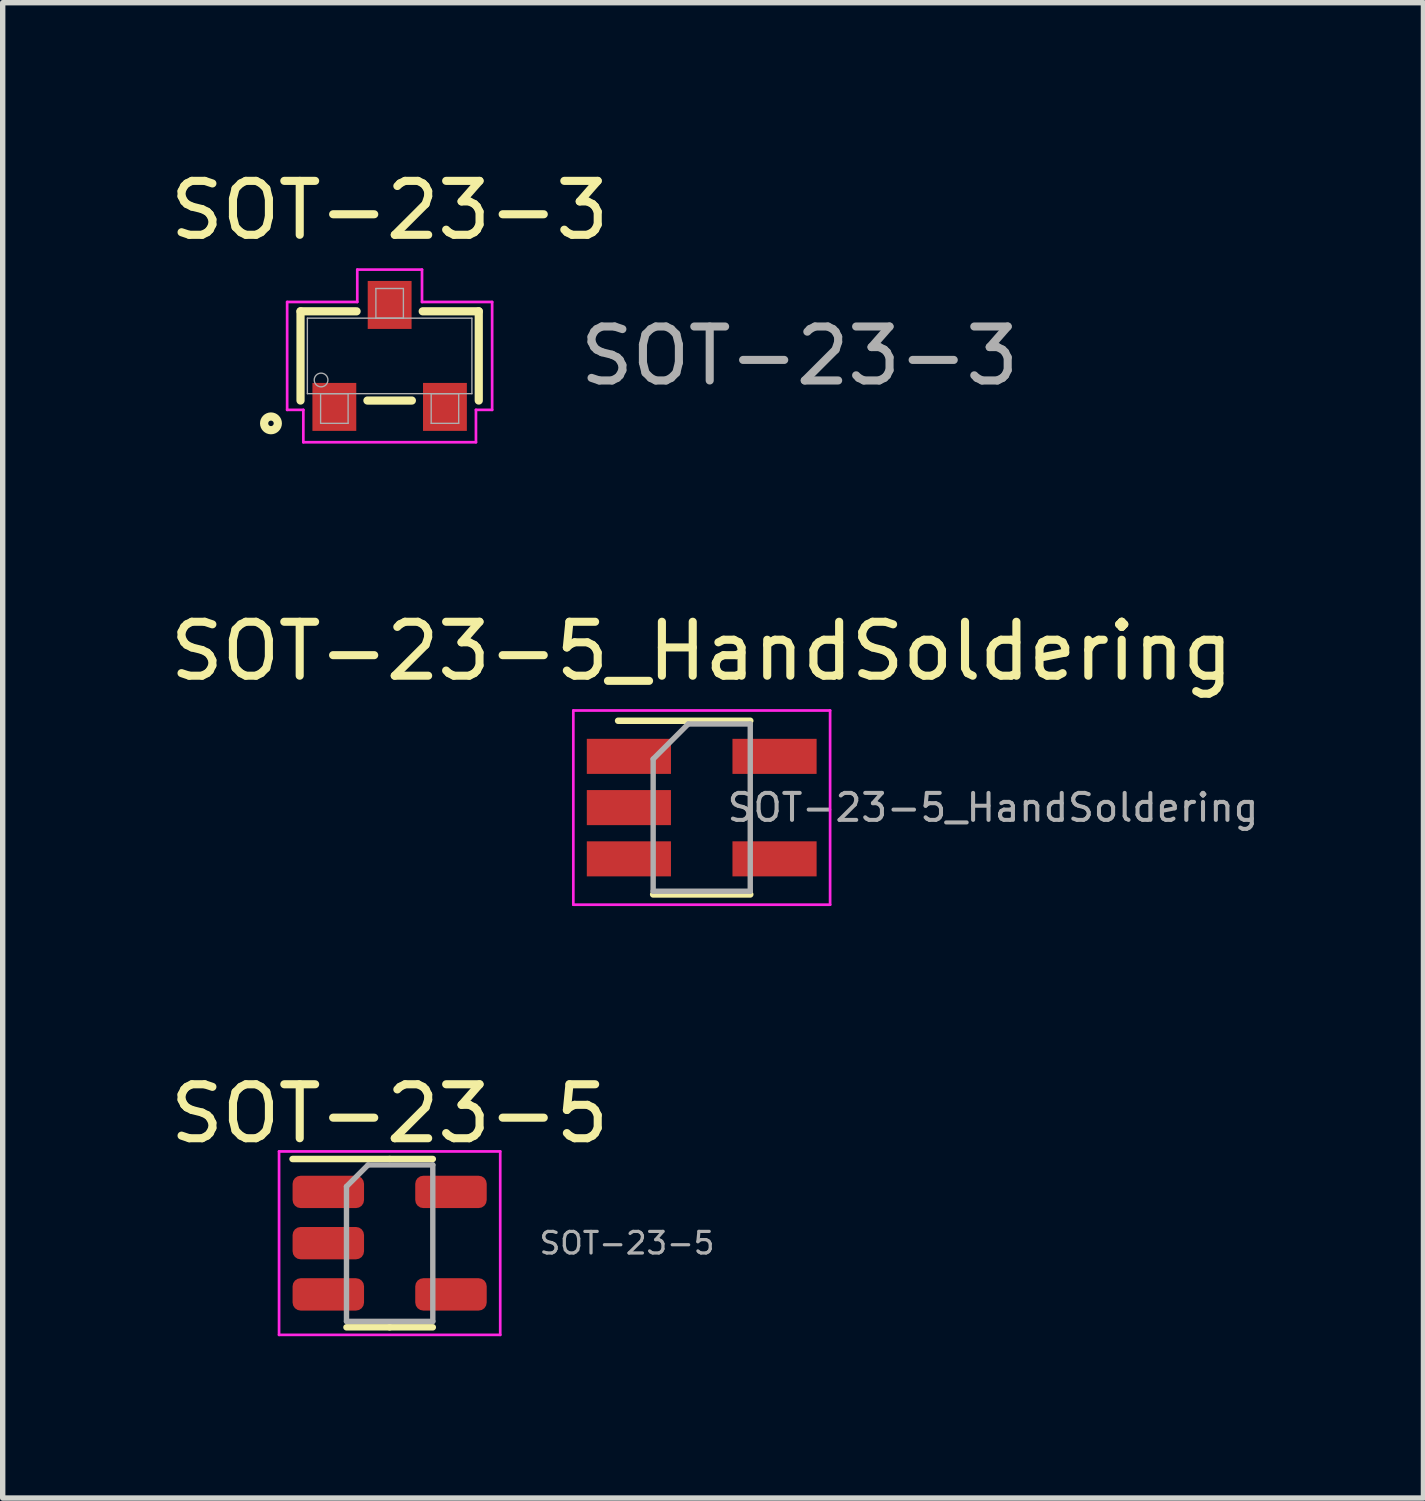
<source format=kicad_pcb>
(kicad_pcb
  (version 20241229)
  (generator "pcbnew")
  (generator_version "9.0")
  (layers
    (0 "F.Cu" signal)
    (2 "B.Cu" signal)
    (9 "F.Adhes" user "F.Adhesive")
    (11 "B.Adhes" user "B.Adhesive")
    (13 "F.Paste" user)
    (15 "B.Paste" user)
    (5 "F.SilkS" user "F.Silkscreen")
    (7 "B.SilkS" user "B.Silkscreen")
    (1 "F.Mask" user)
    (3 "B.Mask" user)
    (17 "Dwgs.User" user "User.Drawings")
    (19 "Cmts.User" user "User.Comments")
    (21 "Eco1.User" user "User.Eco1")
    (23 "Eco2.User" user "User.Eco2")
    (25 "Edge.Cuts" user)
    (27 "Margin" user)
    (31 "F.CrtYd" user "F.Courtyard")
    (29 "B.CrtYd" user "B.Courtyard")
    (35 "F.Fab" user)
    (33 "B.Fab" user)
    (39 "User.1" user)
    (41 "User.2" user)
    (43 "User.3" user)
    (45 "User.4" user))
  (footprint "SOT-23-3"
    (layer "F.Cu")
    (at 4.173 3.548)
    (property "Reference" "SOT-23-3" (at 0 -2.7 0) (unlocked yes) (layer "F.SilkS") (effects (font (size 1 1) (thickness 0.15))))
    (attr smd)
    (fp_line (start -1.652 -0.827) (end -1.652 0.827) (stroke (width 0.152) (type solid)) (layer "F.SilkS"))
    (fp_line (start -0.613 -0.827) (end -1.652 -0.827) (stroke (width 0.152) (type solid)) (layer "F.SilkS"))
    (fp_line (start -0.412 0.827) (end 0.412 0.827) (stroke (width 0.152) (type solid)) (layer "F.SilkS"))
    (fp_line (start 1.652 -0.827) (end 0.613 -0.827) (stroke (width 0.152) (type solid)) (layer "F.SilkS"))
    (fp_line (start 1.652 0.827) (end 1.652 -0.827) (stroke (width 0.152) (type solid)) (layer "F.SilkS"))
    (fp_circle (center -2.2 1.25) (end -2.073 1.25) (stroke (width 0.152) (type solid)) (fill no) (layer "F.SilkS"))
    (fp_line (start -1.9 -1) (end -0.6 -1) (stroke (width 0.05) (type solid)) (layer "F.CrtYd"))
    (fp_line (start -1.9 1) (end -1.9 -1) (stroke (width 0.05) (type solid)) (layer "F.CrtYd"))
    (fp_line (start -1.9 1) (end -1.6 1) (stroke (width 0.05) (type solid)) (layer "F.CrtYd"))
    (fp_line (start -1.6 1) (end -1.6 1.6) (stroke (width 0.05) (type solid)) (layer "F.CrtYd"))
    (fp_line (start -1.6 1.6) (end 1.6 1.6) (stroke (width 0.05) (type solid)) (layer "F.CrtYd"))
    (fp_line (start -0.6 -1.6) (end 0.6 -1.6) (stroke (width 0.05) (type solid)) (layer "F.CrtYd"))
    (fp_line (start -0.6 -1) (end -0.6 -1.6) (stroke (width 0.05) (type solid)) (layer "F.CrtYd"))
    (fp_line (start 0.6 -1) (end 0.6 -1.6) (stroke (width 0.05) (type solid)) (layer "F.CrtYd"))
    (fp_line (start 1.6 1) (end 1.6 1.6) (stroke (width 0.05) (type solid)) (layer "F.CrtYd"))
    (fp_line (start 1.9 -1) (end 0.6 -1) (stroke (width 0.05) (type solid)) (layer "F.CrtYd"))
    (fp_line (start 1.9 -1) (end 1.9 1) (stroke (width 0.05) (type solid)) (layer "F.CrtYd"))
    (fp_line (start 1.9 1) (end 1.6 1) (stroke (width 0.05) (type solid)) (layer "F.CrtYd"))
    (fp_line (start -1.525 -0.7) (end -1.525 0.7) (stroke (width 0.025) (type solid)) (layer "F.Fab"))
    (fp_line (start -1.525 0.7) (end 1.525 0.7) (stroke (width 0.025) (type solid)) (layer "F.Fab"))
    (fp_line (start -1.28 0.7) (end -1.28 1.25) (stroke (width 0.025) (type solid)) (layer "F.Fab"))
    (fp_line (start -1.28 1.25) (end -0.77 1.25) (stroke (width 0.025) (type solid)) (layer "F.Fab"))
    (fp_line (start -0.77 0.7) (end -1.28 0.7) (stroke (width 0.025) (type solid)) (layer "F.Fab"))
    (fp_line (start -0.77 1.25) (end -0.77 0.7) (stroke (width 0.025) (type solid)) (layer "F.Fab"))
    (fp_line (start -0.255 -1.25) (end -0.255 -0.7) (stroke (width 0.025) (type solid)) (layer "F.Fab"))
    (fp_line (start -0.255 -0.7) (end 0.255 -0.7) (stroke (width 0.025) (type solid)) (layer "F.Fab"))
    (fp_line (start 0.255 -1.25) (end -0.255 -1.25) (stroke (width 0.025) (type solid)) (layer "F.Fab"))
    (fp_line (start 0.255 -0.7) (end 0.255 -1.25) (stroke (width 0.025) (type solid)) (layer "F.Fab"))
    (fp_line (start 0.77 0.7) (end 0.77 1.25) (stroke (width 0.025) (type solid)) (layer "F.Fab"))
    (fp_line (start 0.77 1.25) (end 1.28 1.25) (stroke (width 0.025) (type solid)) (layer "F.Fab"))
    (fp_line (start 1.28 0.7) (end 0.77 0.7) (stroke (width 0.025) (type solid)) (layer "F.Fab"))
    (fp_line (start 1.28 1.25) (end 1.28 0.7) (stroke (width 0.025) (type solid)) (layer "F.Fab"))
    (fp_line (start 1.525 -0.7) (end -1.525 -0.7) (stroke (width 0.025) (type solid)) (layer "F.Fab"))
    (fp_line (start 1.525 0.7) (end 1.525 -0.7) (stroke (width 0.025) (type solid)) (layer "F.Fab"))
    (fp_circle (center -1.271 0.446) (end -1.144 0.446) (stroke (width 0.025) (type solid)) (fill no) (layer "F.Fab"))
    (fp_text user "${REFERENCE}" (at 7.6 0 0) (unlocked yes) (layer "F.Fab") (effects (font (size 1 1) (thickness 0.15))))
    (pad "1" smd rect (at -1.025 0.945) (size 0.813 0.889) (layers "F.Cu" "F.Mask" "F.Paste"))
    (pad "2" smd rect (at 1.025 0.945) (size 0.813 0.889) (layers "F.Cu" "F.Mask" "F.Paste"))
    (pad "3" smd rect (at 0 -0.945) (size 0.813 0.889) (layers "F.Cu" "F.Mask" "F.Paste")))
  (footprint "SOT-23-5_HandSoldering"
    (layer "F.Cu")
    (at 9.958 11.921)
    (property "Reference" "SOT-23-5_HandSoldering" (at 0 -2.9 0) (layer "F.SilkS") (effects (font (size 1 1) (thickness 0.15))))
    (attr smd)
    (fp_line (start -0.9 1.61) (end 0.9 1.61) (stroke (width 0.12) (type solid)) (layer "F.SilkS"))
    (fp_line (start 0.9 -1.61) (end -1.55 -1.61) (stroke (width 0.12) (type solid)) (layer "F.SilkS"))
    (fp_line (start -2.38 -1.8) (end -2.38 1.8) (stroke (width 0.05) (type solid)) (layer "F.CrtYd"))
    (fp_line (start -2.38 -1.8) (end 2.38 -1.8) (stroke (width 0.05) (type solid)) (layer "F.CrtYd"))
    (fp_line (start 2.38 1.8) (end -2.38 1.8) (stroke (width 0.05) (type solid)) (layer "F.CrtYd"))
    (fp_line (start 2.38 1.8) (end 2.38 -1.8) (stroke (width 0.05) (type solid)) (layer "F.CrtYd"))
    (fp_line (start -0.9 -0.9) (end -0.9 1.55) (stroke (width 0.1) (type solid)) (layer "F.Fab"))
    (fp_line (start -0.9 -0.9) (end -0.25 -1.55) (stroke (width 0.1) (type solid)) (layer "F.Fab"))
    (fp_line (start 0.9 -1.55) (end -0.25 -1.55) (stroke (width 0.1) (type solid)) (layer "F.Fab"))
    (fp_line (start 0.9 -1.55) (end 0.9 1.55) (stroke (width 0.1) (type solid)) (layer "F.Fab"))
    (fp_line (start 0.9 1.55) (end -0.9 1.55) (stroke (width 0.1) (type solid)) (layer "F.Fab"))
    (fp_text user "${REFERENCE}" (at 5.4 0 180) (layer "F.Fab") (effects (font (size 0.5 0.5) (thickness 0.075))))
    (pad "1" smd rect (at -1.35 -0.95) (size 1.56 0.65) (layers "F.Cu" "F.Mask" "F.Paste"))
    (pad "2" smd rect (at -1.35 0) (size 1.56 0.65) (layers "F.Cu" "F.Mask" "F.Paste"))
    (pad "3" smd rect (at -1.35 0.95) (size 1.56 0.65) (layers "F.Cu" "F.Mask" "F.Paste"))
    (pad "4" smd rect (at 1.35 0.95) (size 1.56 0.65) (layers "F.Cu" "F.Mask" "F.Paste"))
    (pad "5" smd rect (at 1.35 -0.95) (size 1.56 0.65) (layers "F.Cu" "F.Mask" "F.Paste")))
  (footprint "SOT-23-5"
    (layer "F.Cu")
    (at 4.173 19.995)
    (property "Reference" "SOT-23-5" (at 0 -2.4 0) (layer "F.SilkS") (effects (font (size 1 1) (thickness 0.15))))
    (attr smd)
    (fp_line (start 0 -1.56) (end -1.8 -1.56) (stroke (width 0.12) (type solid)) (layer "F.SilkS"))
    (fp_line (start 0 -1.56) (end 0.8 -1.56) (stroke (width 0.12) (type solid)) (layer "F.SilkS"))
    (fp_line (start 0 1.56) (end -0.8 1.56) (stroke (width 0.12) (type solid)) (layer "F.SilkS"))
    (fp_line (start 0 1.56) (end 0.8 1.56) (stroke (width 0.12) (type solid)) (layer "F.SilkS"))
    (fp_line (start -2.05 -1.7) (end -2.05 1.7) (stroke (width 0.05) (type solid)) (layer "F.CrtYd"))
    (fp_line (start -2.05 1.7) (end 2.05 1.7) (stroke (width 0.05) (type solid)) (layer "F.CrtYd"))
    (fp_line (start 2.05 -1.7) (end -2.05 -1.7) (stroke (width 0.05) (type solid)) (layer "F.CrtYd"))
    (fp_line (start 2.05 1.7) (end 2.05 -1.7) (stroke (width 0.05) (type solid)) (layer "F.CrtYd"))
    (fp_line (start -0.8 -1.05) (end -0.4 -1.45) (stroke (width 0.1) (type solid)) (layer "F.Fab"))
    (fp_line (start -0.8 1.45) (end -0.8 -1.05) (stroke (width 0.1) (type solid)) (layer "F.Fab"))
    (fp_line (start -0.4 -1.45) (end 0.8 -1.45) (stroke (width 0.1) (type solid)) (layer "F.Fab"))
    (fp_line (start 0.8 -1.45) (end 0.8 1.45) (stroke (width 0.1) (type solid)) (layer "F.Fab"))
    (fp_line (start 0.8 1.45) (end -0.8 1.45) (stroke (width 0.1) (type solid)) (layer "F.Fab"))
    (fp_text user "${REFERENCE}" (at 4.4 0 0) (layer "F.Fab") (effects (font (size 0.4 0.4) (thickness 0.06))))
    (pad "1" smd roundrect (at -1.137 -0.95) (size 1.325 0.6) (layers "F.Cu" "F.Mask" "F.Paste") (roundrect_rratio 0.25))
    (pad "2" smd roundrect (at -1.137 0) (size 1.325 0.6) (layers "F.Cu" "F.Mask" "F.Paste") (roundrect_rratio 0.25))
    (pad "3" smd roundrect (at -1.137 0.95) (size 1.325 0.6) (layers "F.Cu" "F.Mask" "F.Paste") (roundrect_rratio 0.25))
    (pad "4" smd roundrect (at 1.137 0.95) (size 1.325 0.6) (layers "F.Cu" "F.Mask" "F.Paste") (roundrect_rratio 0.25))
    (pad "5" smd roundrect (at 1.137 -0.95) (size 1.325 0.6) (layers "F.Cu" "F.Mask" "F.Paste") (roundrect_rratio 0.25)))
  (gr_rect
    (start -3 -3)
    (end 23.337 24.72)
    (stroke (width 0.1) (type default))
    (fill no)
    (layer "Edge.Cuts")))
</source>
